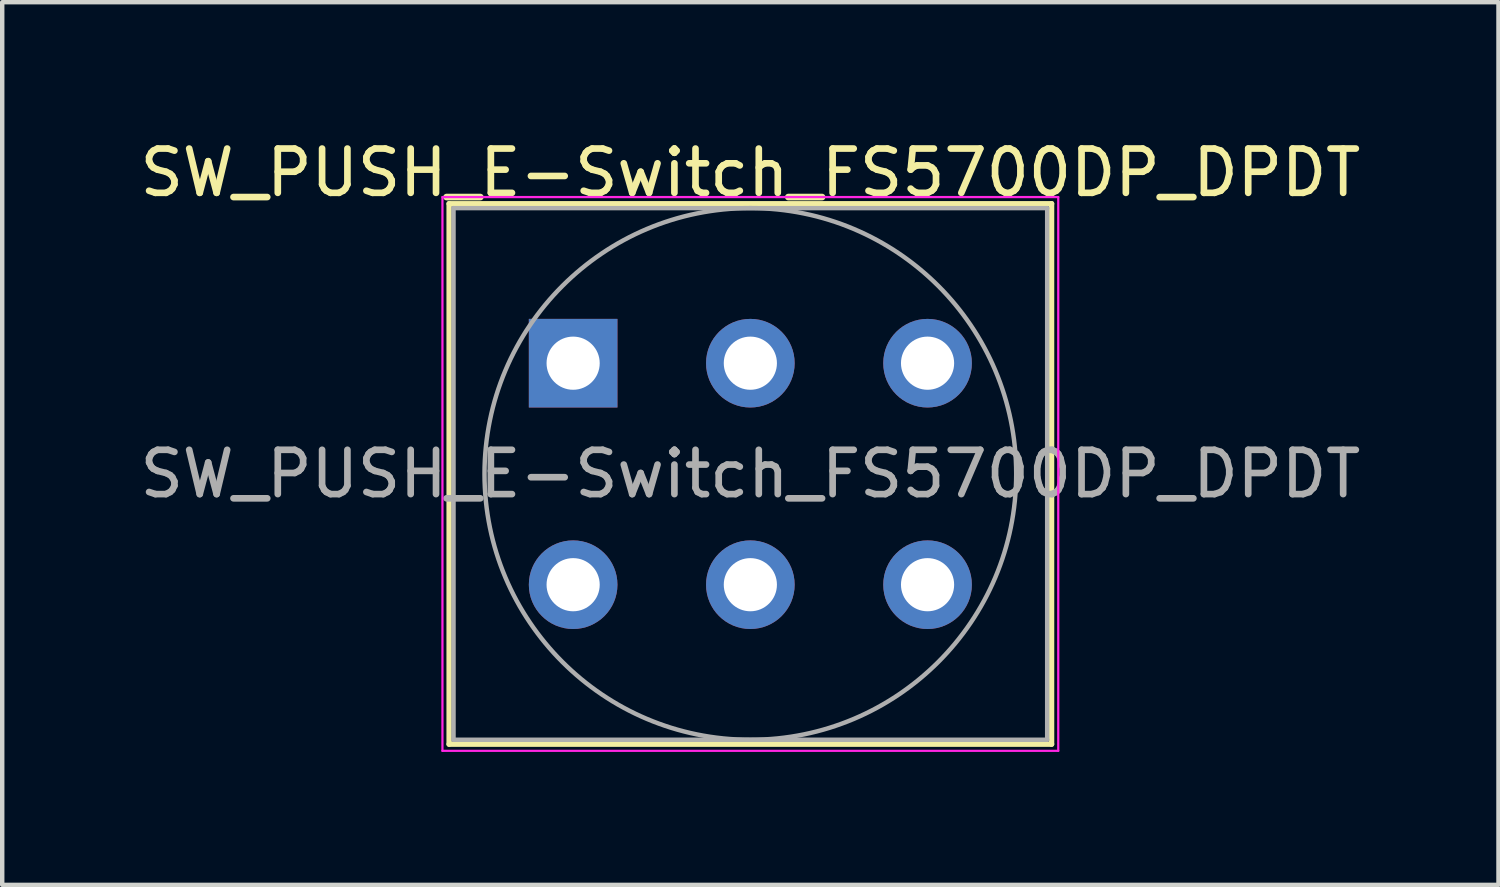
<source format=kicad_pcb>
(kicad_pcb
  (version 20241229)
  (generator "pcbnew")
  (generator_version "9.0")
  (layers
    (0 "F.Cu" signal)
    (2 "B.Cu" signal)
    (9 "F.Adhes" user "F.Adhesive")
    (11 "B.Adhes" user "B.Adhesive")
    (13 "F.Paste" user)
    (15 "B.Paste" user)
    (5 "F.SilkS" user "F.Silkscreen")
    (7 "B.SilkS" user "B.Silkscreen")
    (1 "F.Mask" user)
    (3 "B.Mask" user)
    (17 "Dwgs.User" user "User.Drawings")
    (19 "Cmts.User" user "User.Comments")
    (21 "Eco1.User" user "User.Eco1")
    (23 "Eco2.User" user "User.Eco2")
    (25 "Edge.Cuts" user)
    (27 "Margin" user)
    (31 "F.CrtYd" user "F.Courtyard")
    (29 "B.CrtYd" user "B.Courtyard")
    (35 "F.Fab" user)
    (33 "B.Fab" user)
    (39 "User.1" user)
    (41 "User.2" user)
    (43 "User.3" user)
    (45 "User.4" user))
  (footprint "SW_PUSH_E-Switch_FS5700DP_DPDT"
    (layer "F.Cu")
    (at 9.887 5.148)
    (property "Reference" "SW_PUSH_E-Switch_FS5700DP_DPDT" (at 4 -4.3 0) (layer "F.SilkS") (effects (font (size 1 1) (thickness 0.15))))
    (attr through_hole)
    (fp_line (start -2.8 -3.6) (end -2.8 8.6) (stroke (width 0.12) (type solid)) (layer "F.SilkS"))
    (fp_line (start -2.8 -3.6) (end 10.8 -3.6) (stroke (width 0.12) (type solid)) (layer "F.SilkS"))
    (fp_line (start 10.8 8.6) (end -2.8 8.6) (stroke (width 0.12) (type solid)) (layer "F.SilkS"))
    (fp_line (start 10.8 8.6) (end 10.8 -3.6) (stroke (width 0.12) (type solid)) (layer "F.SilkS"))
    (fp_line (start -2.95 -3.75) (end 10.95 -3.75) (stroke (width 0.05) (type solid)) (layer "F.CrtYd"))
    (fp_line (start -2.95 8.75) (end -2.95 -3.75) (stroke (width 0.05) (type solid)) (layer "F.CrtYd"))
    (fp_line (start 10.95 -3.75) (end 10.95 8.75) (stroke (width 0.05) (type solid)) (layer "F.CrtYd"))
    (fp_line (start 10.95 8.75) (end -2.95 8.75) (stroke (width 0.05) (type solid)) (layer "F.CrtYd"))
    (fp_line (start -2.7 -3.5) (end 10.7 -3.5) (stroke (width 0.1) (type solid)) (layer "F.Fab"))
    (fp_line (start -2.7 8.5) (end -2.7 -3.5) (stroke (width 0.1) (type solid)) (layer "F.Fab"))
    (fp_line (start 10.7 -3.5) (end 10.7 8.5) (stroke (width 0.1) (type solid)) (layer "F.Fab"))
    (fp_line (start 10.7 8.5) (end -2.7 8.5) (stroke (width 0.1) (type solid)) (layer "F.Fab"))
    (fp_circle (center 4 2.5) (end 10 2.6) (stroke (width 0.1) (type solid)) (fill no) (layer "F.Fab"))
    (fp_text user "${REFERENCE}" (at 4 2.5 0) (layer "F.Fab") (effects (font (size 1 1) (thickness 0.15))))
    (pad "1" thru_hole rect (at 0 0) (size 2 2) (drill 1.2) (layers "*.Cu" "*.Mask"))
    (pad "2" thru_hole circle (at 4 0) (size 2 2) (drill 1.2) (layers "*.Cu" "*.Mask"))
    (pad "3" thru_hole circle (at 8 0) (size 2 2) (drill 1.2) (layers "*.Cu" "*.Mask"))
    (pad "4" thru_hole circle (at 0 5) (size 2 2) (drill 1.2) (layers "*.Cu" "*.Mask"))
    (pad "5" thru_hole circle (at 4 5) (size 2 2) (drill 1.2) (layers "*.Cu" "*.Mask"))
    (pad "6" thru_hole circle (at 8 5) (size 2 2) (drill 1.2) (layers "*.Cu" "*.Mask")))
  (gr_rect
    (start -3 -3)
    (end 30.774 16.923)
    (stroke (width 0.1) (type default))
    (fill no)
    (layer "Edge.Cuts")))
</source>
